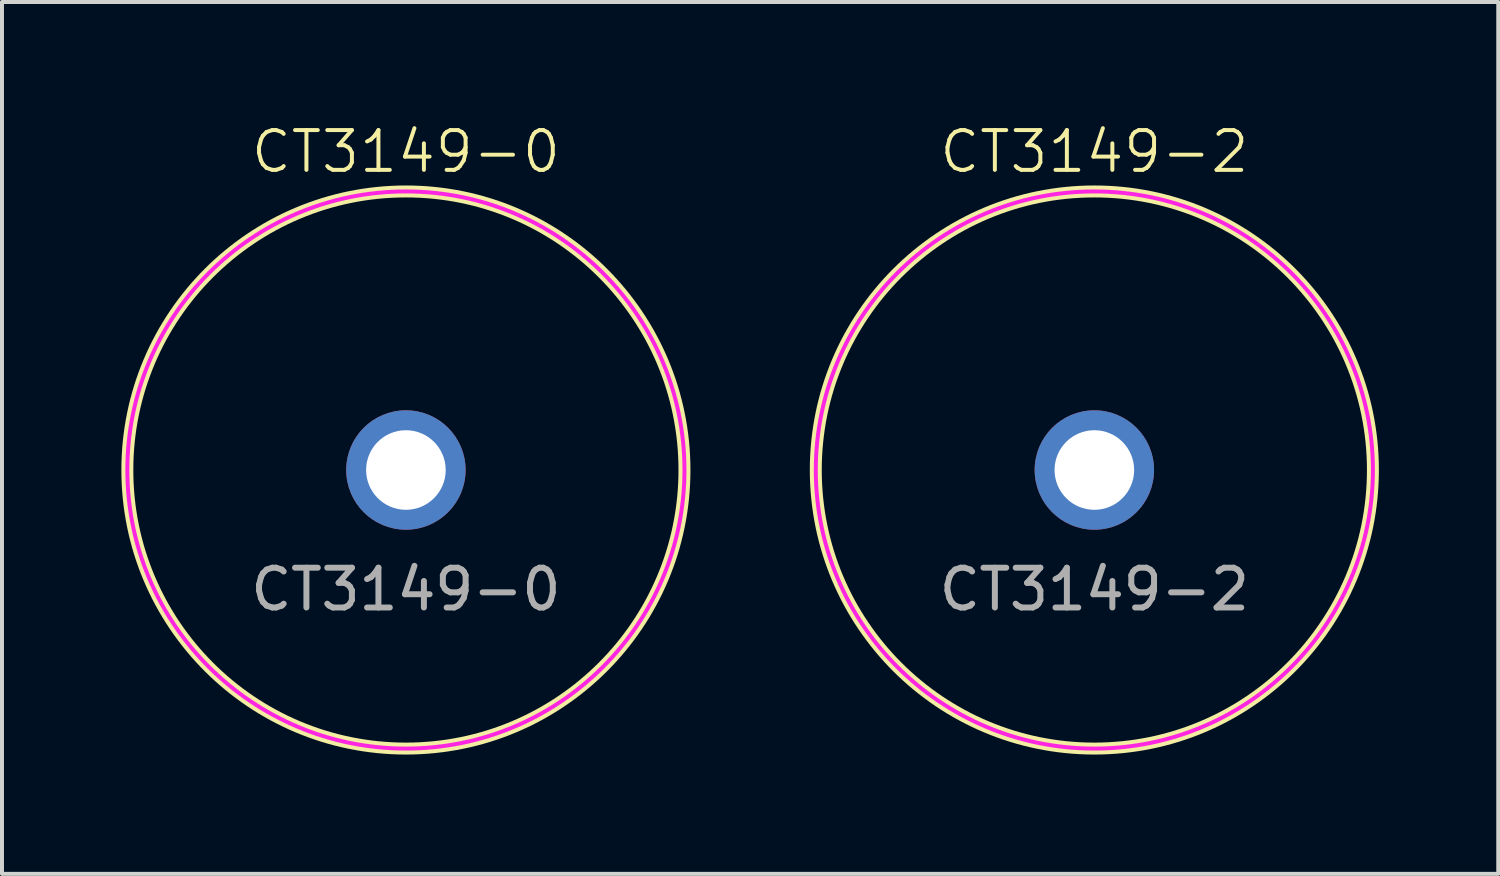
<source format=kicad_pcb>
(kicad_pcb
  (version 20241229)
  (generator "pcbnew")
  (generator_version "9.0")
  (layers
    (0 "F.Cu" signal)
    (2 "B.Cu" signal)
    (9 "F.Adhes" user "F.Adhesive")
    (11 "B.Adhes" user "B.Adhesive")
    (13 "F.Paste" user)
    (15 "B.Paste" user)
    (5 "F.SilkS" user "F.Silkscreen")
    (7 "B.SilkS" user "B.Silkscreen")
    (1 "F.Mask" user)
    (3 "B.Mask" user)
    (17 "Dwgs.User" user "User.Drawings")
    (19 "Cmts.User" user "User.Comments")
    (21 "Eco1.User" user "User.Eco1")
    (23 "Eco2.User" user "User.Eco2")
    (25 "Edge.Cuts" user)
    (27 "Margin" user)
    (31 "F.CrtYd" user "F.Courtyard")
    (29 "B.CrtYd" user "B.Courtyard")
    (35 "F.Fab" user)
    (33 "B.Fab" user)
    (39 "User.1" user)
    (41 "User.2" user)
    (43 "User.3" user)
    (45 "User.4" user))
  (footprint "CT3149-0"
    (layer "F.Cu")
    (at 7.15 8.761)
    (property "Reference" "CT3149-0" (at 0 -8 0) (unlocked yes) (layer "F.SilkS") (effects (font (size 1 1) (thickness 0.1))))
    (attr through_hole)
    (fp_circle (center 0 0) (end 7 0) (stroke (width 0.3) (type default)) (fill no) (layer "F.SilkS"))
    (fp_circle (center 0 0) (end 7 0) (stroke (width 0.1) (type solid)) (fill no) (layer "F.CrtYd"))
    (fp_text user "${REFERENCE}" (at 0 3 0) (unlocked yes) (layer "F.Fab") (effects (font (size 1 1) (thickness 0.15))))
    (pad "1" thru_hole circle (at 0 0) (size 3 3) (drill 2) (layers "*.Cu" "*.Mask")))
  (footprint "CT3149-2"
    (layer "F.Cu")
    (at 24.45 8.761)
    (property "Reference" "CT3149-2" (at 0 -8 0) (unlocked yes) (layer "F.SilkS") (effects (font (size 1 1) (thickness 0.1))))
    (attr through_hole)
    (fp_circle (center 0 0) (end 7 0) (stroke (width 0.3) (type default)) (fill no) (layer "F.SilkS"))
    (fp_circle (center 0 0) (end 7 0) (stroke (width 0.1) (type solid)) (fill no) (layer "F.CrtYd"))
    (fp_text user "${REFERENCE}" (at 0 3 0) (unlocked yes) (layer "F.Fab") (effects (font (size 1 1) (thickness 0.15))))
    (pad "1" thru_hole circle (at 0 0) (size 3 3) (drill 2) (layers "*.Cu" "*.Mask")))
  (gr_rect
    (start -3 -3)
    (end 34.6 18.91)
    (stroke (width 0.1) (type default))
    (fill no)
    (layer "Edge.Cuts")))
</source>
